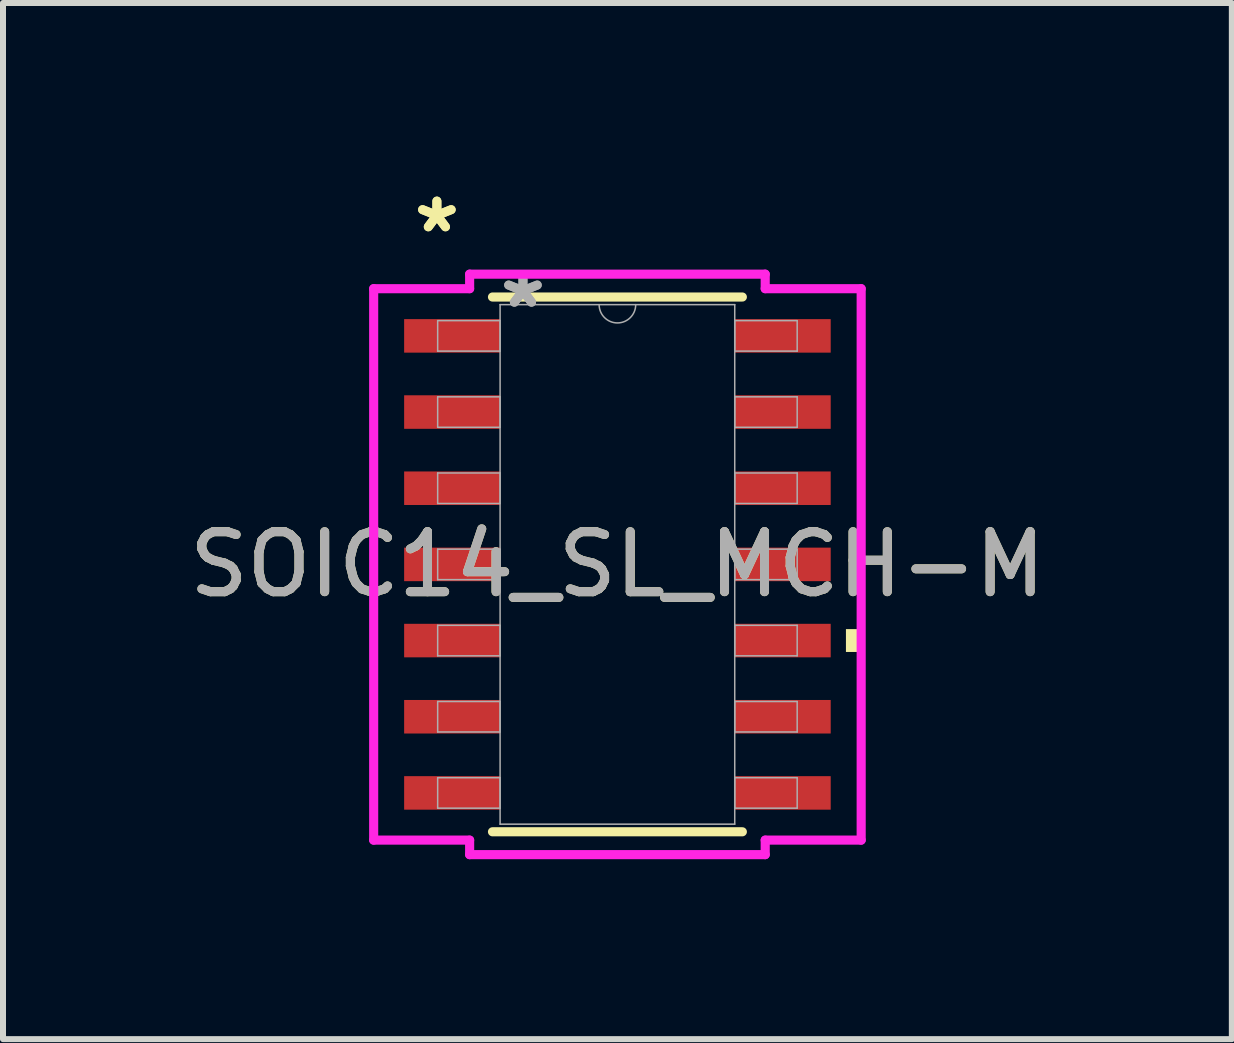
<source format=kicad_pcb>
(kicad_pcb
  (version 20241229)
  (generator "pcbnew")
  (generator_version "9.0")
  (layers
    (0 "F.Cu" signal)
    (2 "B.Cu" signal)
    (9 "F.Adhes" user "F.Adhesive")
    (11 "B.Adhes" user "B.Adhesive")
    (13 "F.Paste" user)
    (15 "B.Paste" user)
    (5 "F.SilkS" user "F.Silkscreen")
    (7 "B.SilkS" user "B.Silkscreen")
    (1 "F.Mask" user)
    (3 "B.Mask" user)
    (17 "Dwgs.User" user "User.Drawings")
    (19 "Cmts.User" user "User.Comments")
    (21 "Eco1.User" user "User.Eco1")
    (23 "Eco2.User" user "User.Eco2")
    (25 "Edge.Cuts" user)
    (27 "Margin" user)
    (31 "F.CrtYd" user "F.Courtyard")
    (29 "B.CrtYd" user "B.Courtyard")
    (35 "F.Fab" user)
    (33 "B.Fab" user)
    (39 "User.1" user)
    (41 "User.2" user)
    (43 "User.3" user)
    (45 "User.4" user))
  (footprint "SOIC14_SL_MCH-M"
    (layer "F.Cu")
    (at 7.244 6.36)
    (property "Reference" "SOIC14_SL_MCH-M" (at 0 0 0) (unlocked yes) (layer "F.SilkS") (effects (font (size 1 1) (thickness 0.15))))
    (attr smd)
    (fp_line (start -2.083 4.458) (end 2.083 4.458) (stroke (width 0.152) (type solid)) (layer "F.SilkS"))
    (fp_line (start 2.083 -4.458) (end -2.083 -4.458) (stroke (width 0.152) (type solid)) (layer "F.SilkS"))
    (fp_poly (pts (xy 4.064 1.079) (xy 4.064 1.46) (xy 3.81 1.46) (xy 3.81 1.079)) (stroke (width 0) (type solid)) (fill yes) (layer "F.SilkS"))
    (fp_line (start -4.064 -4.597) (end -2.464 -4.597) (stroke (width 0.152) (type solid)) (layer "F.CrtYd"))
    (fp_line (start -4.064 4.597) (end -4.064 -4.597) (stroke (width 0.152) (type solid)) (layer "F.CrtYd"))
    (fp_line (start -4.064 4.597) (end -2.464 4.597) (stroke (width 0.152) (type solid)) (layer "F.CrtYd"))
    (fp_line (start -2.464 -4.839) (end 2.464 -4.839) (stroke (width 0.152) (type solid)) (layer "F.CrtYd"))
    (fp_line (start -2.464 -4.597) (end -2.464 -4.839) (stroke (width 0.152) (type solid)) (layer "F.CrtYd"))
    (fp_line (start -2.464 4.839) (end -2.464 4.597) (stroke (width 0.152) (type solid)) (layer "F.CrtYd"))
    (fp_line (start 2.464 -4.839) (end 2.464 -4.597) (stroke (width 0.152) (type solid)) (layer "F.CrtYd"))
    (fp_line (start 2.464 4.597) (end 2.464 4.839) (stroke (width 0.152) (type solid)) (layer "F.CrtYd"))
    (fp_line (start 2.464 4.839) (end -2.464 4.839) (stroke (width 0.152) (type solid)) (layer "F.CrtYd"))
    (fp_line (start 4.064 -4.597) (end 2.464 -4.597) (stroke (width 0.152) (type solid)) (layer "F.CrtYd"))
    (fp_line (start 4.064 -4.597) (end 4.064 4.597) (stroke (width 0.152) (type solid)) (layer "F.CrtYd"))
    (fp_line (start 4.064 4.597) (end 2.464 4.597) (stroke (width 0.152) (type solid)) (layer "F.CrtYd"))
    (fp_line (start -2.997 -4.064) (end -2.997 -3.556) (stroke (width 0.025) (type solid)) (layer "F.Fab"))
    (fp_line (start -2.997 -3.556) (end -1.956 -3.556) (stroke (width 0.025) (type solid)) (layer "F.Fab"))
    (fp_line (start -2.997 -2.794) (end -2.997 -2.286) (stroke (width 0.025) (type solid)) (layer "F.Fab"))
    (fp_line (start -2.997 -2.286) (end -1.956 -2.286) (stroke (width 0.025) (type solid)) (layer "F.Fab"))
    (fp_line (start -2.997 -1.524) (end -2.997 -1.016) (stroke (width 0.025) (type solid)) (layer "F.Fab"))
    (fp_line (start -2.997 -1.016) (end -1.956 -1.016) (stroke (width 0.025) (type solid)) (layer "F.Fab"))
    (fp_line (start -2.997 -0.254) (end -2.997 0.254) (stroke (width 0.025) (type solid)) (layer "F.Fab"))
    (fp_line (start -2.997 0.254) (end -1.956 0.254) (stroke (width 0.025) (type solid)) (layer "F.Fab"))
    (fp_line (start -2.997 1.016) (end -2.997 1.524) (stroke (width 0.025) (type solid)) (layer "F.Fab"))
    (fp_line (start -2.997 1.524) (end -1.956 1.524) (stroke (width 0.025) (type solid)) (layer "F.Fab"))
    (fp_line (start -2.997 2.286) (end -2.997 2.794) (stroke (width 0.025) (type solid)) (layer "F.Fab"))
    (fp_line (start -2.997 2.794) (end -1.956 2.794) (stroke (width 0.025) (type solid)) (layer "F.Fab"))
    (fp_line (start -2.997 3.556) (end -2.997 4.064) (stroke (width 0.025) (type solid)) (layer "F.Fab"))
    (fp_line (start -2.997 4.064) (end -1.956 4.064) (stroke (width 0.025) (type solid)) (layer "F.Fab"))
    (fp_line (start -1.956 -4.331) (end -1.956 4.331) (stroke (width 0.025) (type solid)) (layer "F.Fab"))
    (fp_line (start -1.956 -4.064) (end -2.997 -4.064) (stroke (width 0.025) (type solid)) (layer "F.Fab"))
    (fp_line (start -1.956 -3.556) (end -1.956 -4.064) (stroke (width 0.025) (type solid)) (layer "F.Fab"))
    (fp_line (start -1.956 -2.794) (end -2.997 -2.794) (stroke (width 0.025) (type solid)) (layer "F.Fab"))
    (fp_line (start -1.956 -2.286) (end -1.956 -2.794) (stroke (width 0.025) (type solid)) (layer "F.Fab"))
    (fp_line (start -1.956 -1.524) (end -2.997 -1.524) (stroke (width 0.025) (type solid)) (layer "F.Fab"))
    (fp_line (start -1.956 -1.016) (end -1.956 -1.524) (stroke (width 0.025) (type solid)) (layer "F.Fab"))
    (fp_line (start -1.956 -0.254) (end -2.997 -0.254) (stroke (width 0.025) (type solid)) (layer "F.Fab"))
    (fp_line (start -1.956 0.254) (end -1.956 -0.254) (stroke (width 0.025) (type solid)) (layer "F.Fab"))
    (fp_line (start -1.956 1.016) (end -2.997 1.016) (stroke (width 0.025) (type solid)) (layer "F.Fab"))
    (fp_line (start -1.956 1.524) (end -1.956 1.016) (stroke (width 0.025) (type solid)) (layer "F.Fab"))
    (fp_line (start -1.956 2.286) (end -2.997 2.286) (stroke (width 0.025) (type solid)) (layer "F.Fab"))
    (fp_line (start -1.956 2.794) (end -1.956 2.286) (stroke (width 0.025) (type solid)) (layer "F.Fab"))
    (fp_line (start -1.956 3.556) (end -2.997 3.556) (stroke (width 0.025) (type solid)) (layer "F.Fab"))
    (fp_line (start -1.956 4.064) (end -1.956 3.556) (stroke (width 0.025) (type solid)) (layer "F.Fab"))
    (fp_line (start -1.956 4.331) (end 1.956 4.331) (stroke (width 0.025) (type solid)) (layer "F.Fab"))
    (fp_line (start 1.956 -4.331) (end -1.956 -4.331) (stroke (width 0.025) (type solid)) (layer "F.Fab"))
    (fp_line (start 1.956 -4.064) (end 1.956 -3.556) (stroke (width 0.025) (type solid)) (layer "F.Fab"))
    (fp_line (start 1.956 -3.556) (end 2.997 -3.556) (stroke (width 0.025) (type solid)) (layer "F.Fab"))
    (fp_line (start 1.956 -2.794) (end 1.956 -2.286) (stroke (width 0.025) (type solid)) (layer "F.Fab"))
    (fp_line (start 1.956 -2.286) (end 2.997 -2.286) (stroke (width 0.025) (type solid)) (layer "F.Fab"))
    (fp_line (start 1.956 -1.524) (end 1.956 -1.016) (stroke (width 0.025) (type solid)) (layer "F.Fab"))
    (fp_line (start 1.956 -1.016) (end 2.997 -1.016) (stroke (width 0.025) (type solid)) (layer "F.Fab"))
    (fp_line (start 1.956 -0.254) (end 1.956 0.254) (stroke (width 0.025) (type solid)) (layer "F.Fab"))
    (fp_line (start 1.956 0.254) (end 2.997 0.254) (stroke (width 0.025) (type solid)) (layer "F.Fab"))
    (fp_line (start 1.956 1.016) (end 1.956 1.524) (stroke (width 0.025) (type solid)) (layer "F.Fab"))
    (fp_line (start 1.956 1.524) (end 2.997 1.524) (stroke (width 0.025) (type solid)) (layer "F.Fab"))
    (fp_line (start 1.956 2.286) (end 1.956 2.794) (stroke (width 0.025) (type solid)) (layer "F.Fab"))
    (fp_line (start 1.956 2.794) (end 2.997 2.794) (stroke (width 0.025) (type solid)) (layer "F.Fab"))
    (fp_line (start 1.956 3.556) (end 1.956 4.064) (stroke (width 0.025) (type solid)) (layer "F.Fab"))
    (fp_line (start 1.956 4.064) (end 2.997 4.064) (stroke (width 0.025) (type solid)) (layer "F.Fab"))
    (fp_line (start 1.956 4.331) (end 1.956 -4.331) (stroke (width 0.025) (type solid)) (layer "F.Fab"))
    (fp_line (start 2.997 -4.064) (end 1.956 -4.064) (stroke (width 0.025) (type solid)) (layer "F.Fab"))
    (fp_line (start 2.997 -3.556) (end 2.997 -4.064) (stroke (width 0.025) (type solid)) (layer "F.Fab"))
    (fp_line (start 2.997 -2.794) (end 1.956 -2.794) (stroke (width 0.025) (type solid)) (layer "F.Fab"))
    (fp_line (start 2.997 -2.286) (end 2.997 -2.794) (stroke (width 0.025) (type solid)) (layer "F.Fab"))
    (fp_line (start 2.997 -1.524) (end 1.956 -1.524) (stroke (width 0.025) (type solid)) (layer "F.Fab"))
    (fp_line (start 2.997 -1.016) (end 2.997 -1.524) (stroke (width 0.025) (type solid)) (layer "F.Fab"))
    (fp_line (start 2.997 -0.254) (end 1.956 -0.254) (stroke (width 0.025) (type solid)) (layer "F.Fab"))
    (fp_line (start 2.997 0.254) (end 2.997 -0.254) (stroke (width 0.025) (type solid)) (layer "F.Fab"))
    (fp_line (start 2.997 1.016) (end 1.956 1.016) (stroke (width 0.025) (type solid)) (layer "F.Fab"))
    (fp_line (start 2.997 1.524) (end 2.997 1.016) (stroke (width 0.025) (type solid)) (layer "F.Fab"))
    (fp_line (start 2.997 2.286) (end 1.956 2.286) (stroke (width 0.025) (type solid)) (layer "F.Fab"))
    (fp_line (start 2.997 2.794) (end 2.997 2.286) (stroke (width 0.025) (type solid)) (layer "F.Fab"))
    (fp_line (start 2.997 3.556) (end 1.956 3.556) (stroke (width 0.025) (type solid)) (layer "F.Fab"))
    (fp_line (start 2.997 4.064) (end 2.997 3.556) (stroke (width 0.025) (type solid)) (layer "F.Fab"))
    (fp_arc (start 0.3048 -4.3307) (mid 0 -4.0259) (end -0.3048 -4.3307) (stroke (width 0.0254) (type solid)) (layer "F.Fab"))
    (fp_text user "*" (at -3.01 -5.512 0) (unlocked yes) (layer "F.SilkS") (effects (font (size 1 1) (thickness 0.15))))
    (fp_text user "*" (at -3.01 -5.512 0) (layer "F.SilkS") (effects (font (size 1 1) (thickness 0.15))))
    (fp_text user "*" (at -1.575 -4.255 0) (unlocked yes) (layer "F.Fab") (effects (font (size 1 1) (thickness 0.15))))
    (fp_text user "*" (at -1.575 -4.255 0) (layer "F.Fab") (effects (font (size 1 1) (thickness 0.15))))
    (fp_text user "${REFERENCE}" (at 0 0 0) (unlocked yes) (layer "F.Fab") (effects (font (size 1 1) (thickness 0.15))))
    (pad "1" smd rect (at -2.756 -3.81) (size 1.6 0.559) (layers "F.Cu" "F.Mask" "F.Paste"))
    (pad "2" smd rect (at -2.756 -2.54) (size 1.6 0.559) (layers "F.Cu" "F.Mask" "F.Paste"))
    (pad "3" smd rect (at -2.756 -1.27) (size 1.6 0.559) (layers "F.Cu" "F.Mask" "F.Paste"))
    (pad "4" smd rect (at -2.756 0) (size 1.6 0.559) (layers "F.Cu" "F.Mask" "F.Paste"))
    (pad "5" smd rect (at -2.756 1.27) (size 1.6 0.559) (layers "F.Cu" "F.Mask" "F.Paste"))
    (pad "6" smd rect (at -2.756 2.54) (size 1.6 0.559) (layers "F.Cu" "F.Mask" "F.Paste"))
    (pad "7" smd rect (at -2.756 3.81) (size 1.6 0.559) (layers "F.Cu" "F.Mask" "F.Paste"))
    (pad "8" smd rect (at 2.756 3.81) (size 1.6 0.559) (layers "F.Cu" "F.Mask" "F.Paste"))
    (pad "9" smd rect (at 2.756 2.54) (size 1.6 0.559) (layers "F.Cu" "F.Mask" "F.Paste"))
    (pad "10" smd rect (at 2.756 1.27) (size 1.6 0.559) (layers "F.Cu" "F.Mask" "F.Paste"))
    (pad "11" smd rect (at 2.756 0) (size 1.6 0.559) (layers "F.Cu" "F.Mask" "F.Paste"))
    (pad "12" smd rect (at 2.756 -1.27) (size 1.6 0.559) (layers "F.Cu" "F.Mask" "F.Paste"))
    (pad "13" smd rect (at 2.756 -2.54) (size 1.6 0.559) (layers "F.Cu" "F.Mask" "F.Paste"))
    (pad "14" smd rect (at 2.756 -3.81) (size 1.6 0.559) (layers "F.Cu" "F.Mask" "F.Paste")))
  (gr_rect
    (start -3 -3)
    (end 17.488 14.275)
    (stroke (width 0.1) (type default))
    (fill no)
    (layer "Edge.Cuts")))
</source>
